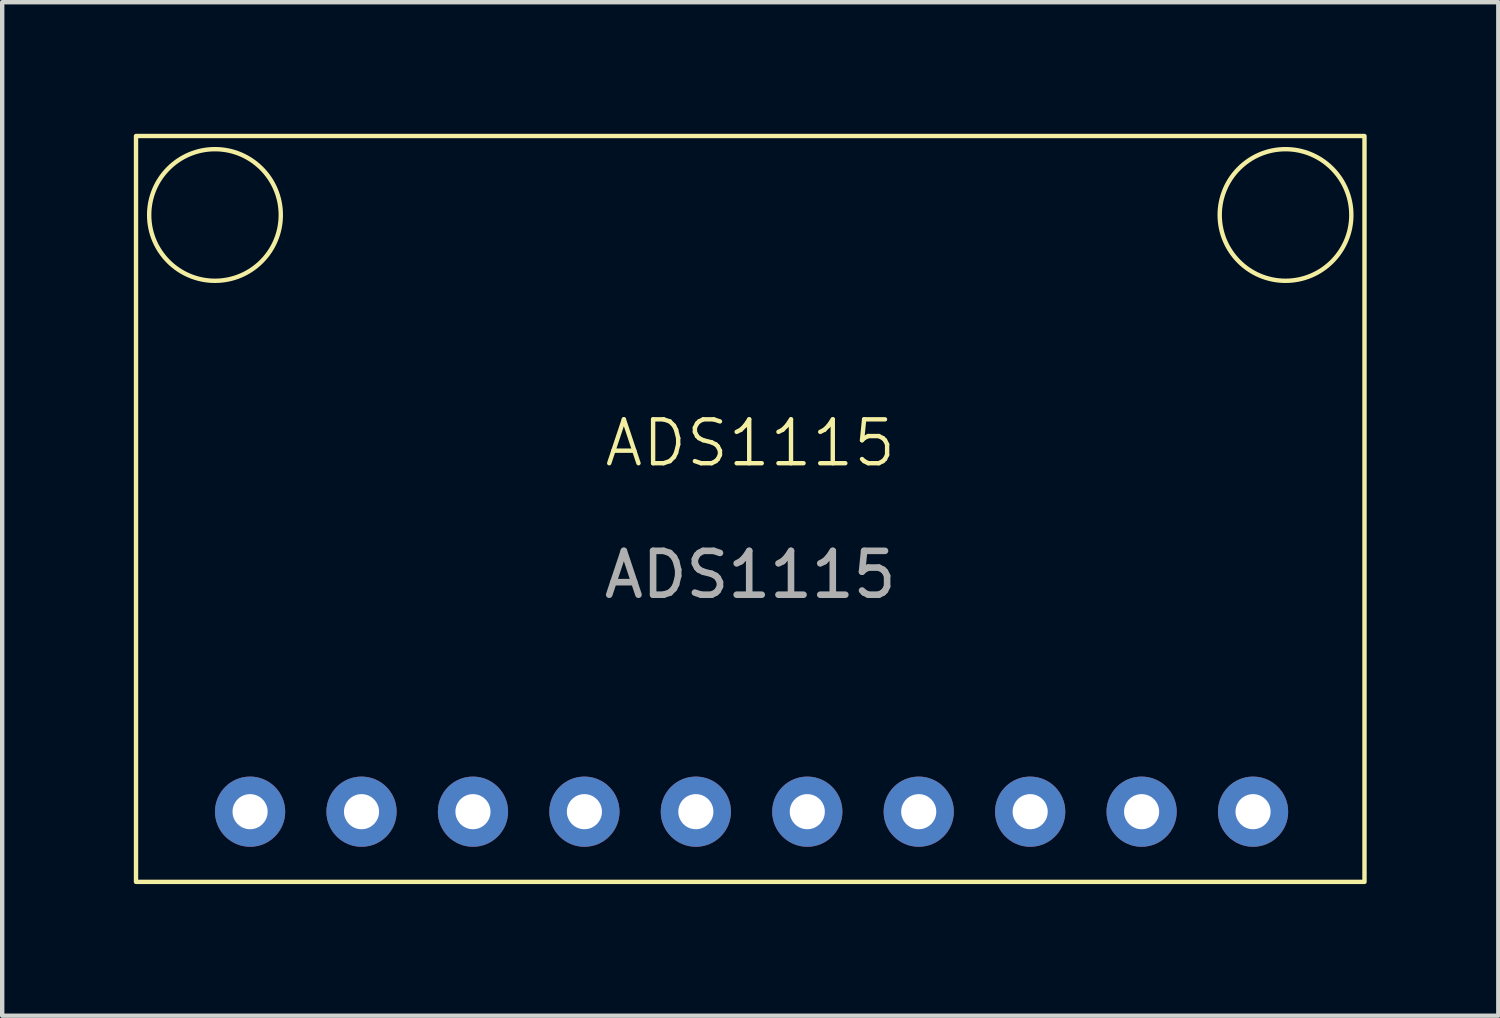
<source format=kicad_pcb>
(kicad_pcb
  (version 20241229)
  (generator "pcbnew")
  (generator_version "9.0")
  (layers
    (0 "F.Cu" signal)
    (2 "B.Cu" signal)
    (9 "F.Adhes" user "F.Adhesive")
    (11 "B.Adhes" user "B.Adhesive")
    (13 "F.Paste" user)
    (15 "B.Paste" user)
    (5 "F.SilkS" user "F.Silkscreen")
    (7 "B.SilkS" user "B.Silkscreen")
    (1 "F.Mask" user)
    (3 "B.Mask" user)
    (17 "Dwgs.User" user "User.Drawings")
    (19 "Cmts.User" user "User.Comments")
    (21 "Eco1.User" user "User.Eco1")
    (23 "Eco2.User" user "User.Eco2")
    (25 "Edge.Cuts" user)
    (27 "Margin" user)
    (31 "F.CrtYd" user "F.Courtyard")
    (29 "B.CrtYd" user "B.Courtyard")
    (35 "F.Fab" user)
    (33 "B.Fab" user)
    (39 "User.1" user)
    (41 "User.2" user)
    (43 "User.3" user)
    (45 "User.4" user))
  (footprint "ADS1115"
    (layer "F.Cu")
    (at 14.05 8.55)
    (property "Reference" "ADS1115" (at 0 -1.5 0) (unlocked yes) (layer "F.SilkS") (effects (font (size 1 1) (thickness 0.1))))
    (attr through_hole)
    (fp_rect (start -14 -8.5) (end 14 8.5) (stroke (width 0.1) (type default)) (fill no) (layer "F.SilkS"))
    (fp_circle (center -12.2 -6.7) (end -10.7 -6.7) (stroke (width 0.1) (type default)) (fill no) (layer "F.SilkS"))
    (fp_circle (center 12.2 -6.7) (end 13.7 -6.7) (stroke (width 0.1) (type default)) (fill no) (layer "F.SilkS"))
    (fp_text user "${REFERENCE}" (at 0 1.5 0) (unlocked yes) (layer "F.Fab") (effects (font (size 1 1) (thickness 0.15))))
    (pad "1" thru_hole circle (at -1.24 6.9) (size 1.6 1.6) (drill 0.8) (layers "*.Cu" "*.Mask"))
    (pad "2" thru_hole circle (at 1.3 6.9) (size 1.6 1.6) (drill 0.8) (layers "*.Cu" "*.Mask"))
    (pad "3" thru_hole circle (at -8.86 6.9) (size 1.6 1.6) (drill 0.8) (layers "*.Cu" "*.Mask"))
    (pad "4" thru_hole circle (at 3.84 6.9) (size 1.6 1.6) (drill 0.8) (layers "*.Cu" "*.Mask"))
    (pad "5" thru_hole circle (at 6.38 6.9) (size 1.6 1.6) (drill 0.8) (layers "*.Cu" "*.Mask"))
    (pad "6" thru_hole circle (at 8.92 6.9) (size 1.6 1.6) (drill 0.8) (layers "*.Cu" "*.Mask"))
    (pad "7" thru_hole circle (at 11.46 6.9) (size 1.6 1.6) (drill 0.8) (layers "*.Cu" "*.Mask"))
    (pad "8" thru_hole circle (at -11.4 6.9) (size 1.6 1.6) (drill 0.8) (layers "*.Cu" "*.Mask"))
    (pad "9" thru_hole circle (at -3.78 6.9) (size 1.6 1.6) (drill 0.8) (layers "*.Cu" "*.Mask"))
    (pad "10" thru_hole circle (at -6.32 6.9) (size 1.6 1.6) (drill 0.8) (layers "*.Cu" "*.Mask")))
  (gr_rect
    (start -3 -3)
    (end 31.1 20.1)
    (stroke (width 0.1) (type default))
    (fill no)
    (layer "Edge.Cuts")))
</source>
